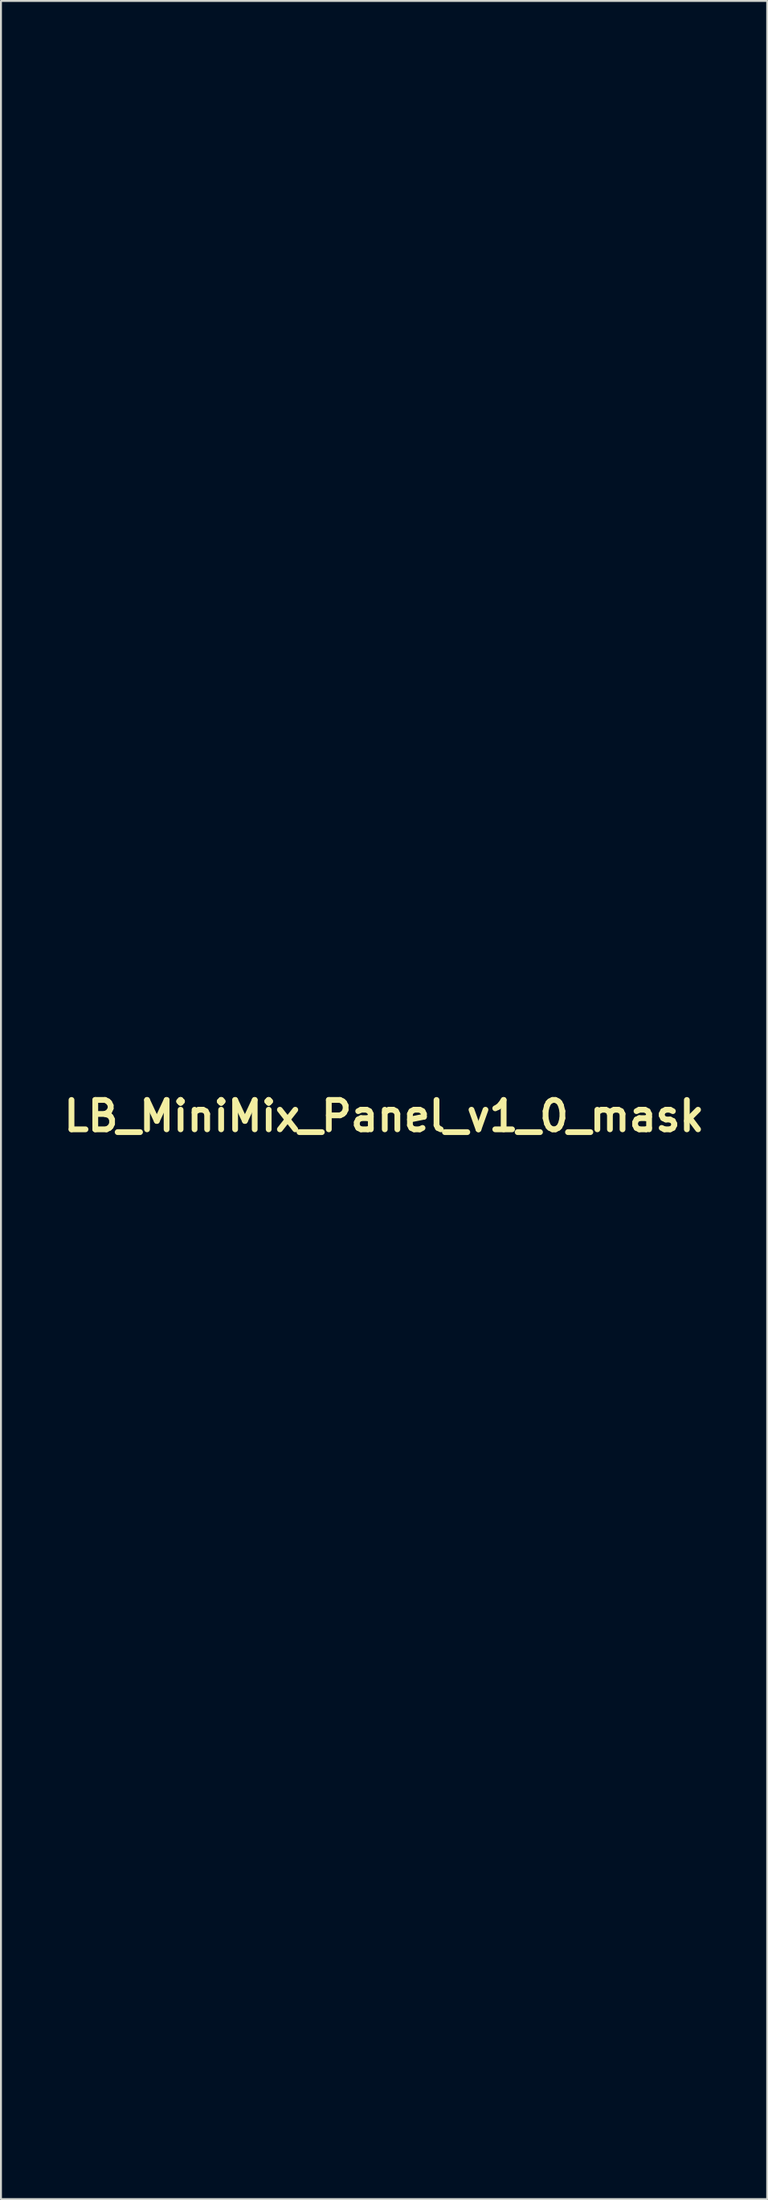
<source format=kicad_pcb>
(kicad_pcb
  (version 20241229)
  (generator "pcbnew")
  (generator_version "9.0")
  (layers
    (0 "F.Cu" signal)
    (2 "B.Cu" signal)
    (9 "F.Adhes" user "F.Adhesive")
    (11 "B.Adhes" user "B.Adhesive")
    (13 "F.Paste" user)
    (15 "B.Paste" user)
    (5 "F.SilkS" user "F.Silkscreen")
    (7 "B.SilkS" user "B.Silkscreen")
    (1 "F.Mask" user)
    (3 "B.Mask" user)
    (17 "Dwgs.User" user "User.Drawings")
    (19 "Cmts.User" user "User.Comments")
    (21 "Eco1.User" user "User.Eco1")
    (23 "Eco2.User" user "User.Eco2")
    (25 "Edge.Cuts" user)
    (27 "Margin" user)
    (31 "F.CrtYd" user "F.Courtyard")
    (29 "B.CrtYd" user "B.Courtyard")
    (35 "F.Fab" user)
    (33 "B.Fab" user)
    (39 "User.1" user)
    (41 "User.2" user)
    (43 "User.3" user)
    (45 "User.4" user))
  (footprint "LB_MiniMix_Panel_v1_0_mask"
    (layer "F.Cu")
    (at 16.88 54.83)
    (property "Reference" "LB_MiniMix_Panel_v1_0_mask" (at 0 0 0) (layer "F.SilkS") (effects (font (size 1.524 1.524) (thickness 0.3))))
    (attr through_hole)
    (fp_poly (pts (xy 0.935 36.379) (xy 0.937 36.424) (xy 0.911 36.521) (xy 0.853 36.683) (xy 0.851 36.689) (xy 0.718 37.043) (xy 0.611 37.323) (xy 0.524 37.538) (xy 0.456 37.694) (xy 0.404 37.798) (xy 0.363 37.857) (xy 0.332 37.88) (xy 0.332 37.88) (xy 0.314 37.866) (xy 0.319 37.808) (xy 0.349 37.699) (xy 0.406 37.532) (xy 0.492 37.298) (xy 0.552 37.139) (xy 0.67 36.841) (xy 0.767 36.613) (xy 0.842 36.459) (xy 0.893 36.381) (xy 0.907 36.372) (xy 0.935 36.379)) (stroke (width 0.01) (type solid)) (fill yes) (layer "F.Mask"))
    (fp_poly (pts (xy -1.112 36.368) (xy -1.09 36.387) (xy -1.075 36.434) (xy -1.065 36.519) (xy -1.061 36.656) (xy -1.059 36.855) (xy -1.058 37.084) (xy -1.059 37.346) (xy -1.061 37.536) (xy -1.067 37.664) (xy -1.077 37.743) (xy -1.093 37.785) (xy -1.116 37.801) (xy -1.143 37.804) (xy -1.174 37.8) (xy -1.196 37.781) (xy -1.211 37.734) (xy -1.221 37.649) (xy -1.225 37.512) (xy -1.227 37.313) (xy -1.228 37.084) (xy -1.227 36.822) (xy -1.225 36.632) (xy -1.219 36.504) (xy -1.209 36.425) (xy -1.193 36.383) (xy -1.17 36.367) (xy -1.143 36.364) (xy -1.112 36.368)) (stroke (width 0.01) (type solid)) (fill yes) (layer "F.Mask"))
    (fp_poly (pts (xy 2.276 36.368) (xy 2.299 36.389) (xy 2.314 36.44) (xy 2.323 36.532) (xy 2.327 36.678) (xy 2.328 36.891) (xy 2.328 36.999) (xy 2.328 37.634) (xy 2.625 37.634) (xy 2.78 37.637) (xy 2.87 37.647) (xy 2.91 37.67) (xy 2.921 37.712) (xy 2.921 37.719) (xy 2.915 37.759) (xy 2.885 37.784) (xy 2.815 37.798) (xy 2.69 37.803) (xy 2.54 37.804) (xy 2.159 37.804) (xy 2.159 37.084) (xy 2.159 36.822) (xy 2.162 36.632) (xy 2.167 36.504) (xy 2.177 36.425) (xy 2.193 36.383) (xy 2.217 36.367) (xy 2.244 36.364) (xy 2.276 36.368)) (stroke (width 0.01) (type solid)) (fill yes) (layer "F.Mask"))
    (fp_poly (pts (xy 3.164 36.368) (xy 3.186 36.387) (xy 3.201 36.434) (xy 3.21 36.519) (xy 3.215 36.656) (xy 3.217 36.855) (xy 3.217 37.084) (xy 3.217 37.346) (xy 3.215 37.536) (xy 3.209 37.664) (xy 3.199 37.743) (xy 3.183 37.785) (xy 3.16 37.801) (xy 3.133 37.804) (xy 3.102 37.8) (xy 3.08 37.781) (xy 3.064 37.734) (xy 3.055 37.649) (xy 3.05 37.512) (xy 3.048 37.313) (xy 3.048 37.084) (xy 3.048 36.822) (xy 3.051 36.632) (xy 3.056 36.504) (xy 3.066 36.425) (xy 3.082 36.383) (xy 3.106 36.367) (xy 3.133 36.364) (xy 3.164 36.368)) (stroke (width 0.01) (type solid)) (fill yes) (layer "F.Mask"))
    (fp_poly (pts (xy 1.941 36.391) (xy 2.018 36.437) (xy 2.032 36.475) (xy 2.009 36.508) (xy 1.93 36.527) (xy 1.783 36.534) (xy 1.753 36.534) (xy 1.597 36.537) (xy 1.496 36.554) (xy 1.419 36.595) (xy 1.337 36.669) (xy 1.335 36.672) (xy 1.206 36.855) (xy 1.158 37.061) (xy 1.191 37.283) (xy 1.209 37.332) (xy 1.294 37.481) (xy 1.416 37.575) (xy 1.59 37.624) (xy 1.776 37.634) (xy 1.928 37.64) (xy 2.009 37.659) (xy 2.032 37.693) (xy 1.994 37.745) (xy 1.893 37.78) (xy 1.751 37.796) (xy 1.588 37.791) (xy 1.426 37.761) (xy 1.412 37.757) (xy 1.3 37.701) (xy 1.182 37.606) (xy 1.15 37.573) (xy 1.034 37.383) (xy 0.986 37.172) (xy 0.999 36.955) (xy 1.07 36.751) (xy 1.194 36.577) (xy 1.365 36.45) (xy 1.473 36.408) (xy 1.649 36.374) (xy 1.812 36.369) (xy 1.941 36.391)) (stroke (width 0.01) (type solid)) (fill yes) (layer "F.Mask"))
    (fp_poly (pts (xy -2.413 23.495) (xy -2.794 23.495) (xy -2.962 23.497) (xy -3.092 23.504) (xy -3.165 23.513) (xy -3.175 23.518) (xy -3.151 23.56) (xy -3.088 23.652) (xy -2.997 23.776) (xy -2.964 23.819) (xy -2.754 24.098) (xy -2.952 24.349) (xy -3.051 24.473) (xy -3.132 24.569) (xy -3.18 24.62) (xy -3.183 24.622) (xy -3.222 24.664) (xy -3.183 24.694) (xy -3.064 24.713) (xy -2.864 24.722) (xy -2.773 24.723) (xy -2.328 24.723) (xy -2.328 25.061) (xy -3.768 25.061) (xy -3.768 24.945) (xy -3.74 24.847) (xy -3.656 24.705) (xy -3.512 24.512) (xy -3.494 24.49) (xy -3.38 24.346) (xy -3.289 24.225) (xy -3.232 24.144) (xy -3.219 24.118) (xy -3.243 24.073) (xy -3.309 23.978) (xy -3.405 23.849) (xy -3.471 23.763) (xy -3.6 23.592) (xy -3.679 23.465) (xy -3.718 23.366) (xy -3.725 23.299) (xy -3.725 23.156) (xy -2.413 23.156) (xy -2.413 23.495)) (stroke (width 0.01) (type solid)) (fill yes) (layer "F.Mask"))
    (fp_poly (pts (xy 3.389 9.882) (xy 3.498 9.902) (xy 3.674 9.949) (xy 3.633 10.111) (xy 3.591 10.274) (xy 3.405 10.231) (xy 3.168 10.216) (xy 2.951 10.28) (xy 2.774 10.413) (xy 2.679 10.567) (xy 2.63 10.765) (xy 2.63 10.978) (xy 2.683 11.179) (xy 2.691 11.197) (xy 2.81 11.354) (xy 2.986 11.458) (xy 3.206 11.501) (xy 3.367 11.495) (xy 3.59 11.467) (xy 3.62 11.601) (xy 3.629 11.705) (xy 3.61 11.773) (xy 3.609 11.775) (xy 3.534 11.807) (xy 3.4 11.827) (xy 3.231 11.835) (xy 3.054 11.831) (xy 2.892 11.814) (xy 2.793 11.791) (xy 2.582 11.685) (xy 2.397 11.523) (xy 2.265 11.329) (xy 2.253 11.303) (xy 2.211 11.139) (xy 2.194 10.93) (xy 2.202 10.713) (xy 2.235 10.522) (xy 2.259 10.45) (xy 2.368 10.271) (xy 2.523 10.105) (xy 2.694 9.984) (xy 2.737 9.964) (xy 2.937 9.906) (xy 3.168 9.878) (xy 3.389 9.882)) (stroke (width 0.01) (type solid)) (fill yes) (layer "F.Mask"))
    (fp_poly (pts (xy 3.474 -28.98) (xy 3.583 -28.96) (xy 3.758 -28.913) (xy 3.717 -28.751) (xy 3.676 -28.588) (xy 3.49 -28.631) (xy 3.252 -28.646) (xy 3.036 -28.582) (xy 2.858 -28.449) (xy 2.763 -28.295) (xy 2.715 -28.097) (xy 2.715 -27.884) (xy 2.767 -27.683) (xy 2.776 -27.665) (xy 2.895 -27.508) (xy 3.071 -27.404) (xy 3.29 -27.361) (xy 3.451 -27.367) (xy 3.675 -27.395) (xy 3.705 -27.261) (xy 3.714 -27.157) (xy 3.695 -27.089) (xy 3.694 -27.087) (xy 3.619 -27.055) (xy 3.484 -27.035) (xy 3.316 -27.027) (xy 3.138 -27.031) (xy 2.976 -27.048) (xy 2.878 -27.071) (xy 2.667 -27.177) (xy 2.482 -27.339) (xy 2.349 -27.533) (xy 2.338 -27.559) (xy 2.295 -27.723) (xy 2.278 -27.932) (xy 2.287 -28.149) (xy 2.319 -28.34) (xy 2.344 -28.412) (xy 2.453 -28.591) (xy 2.608 -28.757) (xy 2.779 -28.878) (xy 2.821 -28.898) (xy 3.022 -28.956) (xy 3.253 -28.984) (xy 3.474 -28.98)) (stroke (width 0.01) (type solid)) (fill yes) (layer "F.Mask"))
    (fp_poly (pts (xy -1.565 36.4) (xy -1.483 36.445) (xy -1.463 36.502) (xy -1.464 36.507) (xy -1.499 36.544) (xy -1.576 36.541) (xy -1.633 36.527) (xy -1.786 36.514) (xy -1.918 36.553) (xy -2.004 36.636) (xy -2.025 36.695) (xy -2.017 36.795) (xy -1.955 36.88) (xy -1.827 36.961) (xy -1.727 37.007) (xy -1.545 37.108) (xy -1.438 37.224) (xy -1.398 37.366) (xy -1.397 37.393) (xy -1.429 37.564) (xy -1.529 37.686) (xy -1.632 37.744) (xy -1.861 37.797) (xy -2.093 37.766) (xy -2.127 37.754) (xy -2.225 37.702) (xy -2.249 37.654) (xy -2.208 37.622) (xy -2.112 37.618) (xy -2.028 37.636) (xy -1.863 37.655) (xy -1.718 37.621) (xy -1.615 37.544) (xy -1.581 37.476) (xy -1.573 37.373) (xy -1.614 37.286) (xy -1.715 37.204) (xy -1.875 37.118) (xy -2.05 37.017) (xy -2.153 36.914) (xy -2.194 36.792) (xy -2.193 36.695) (xy -2.139 36.556) (xy -2.017 36.448) (xy -1.84 36.385) (xy -1.819 36.381) (xy -1.684 36.376) (xy -1.565 36.4)) (stroke (width 0.01) (type solid)) (fill yes) (layer "F.Mask"))
    (fp_poly (pts (xy 3.772 36.364) (xy 3.955 36.386) (xy 4.119 36.443) (xy 4.239 36.525) (xy 4.272 36.57) (xy 4.302 36.667) (xy 4.317 36.799) (xy 4.318 36.829) (xy 4.281 37.004) (xy 4.175 37.135) (xy 4.004 37.219) (xy 3.774 37.253) (xy 3.741 37.253) (xy 3.687 37.259) (xy 3.657 37.288) (xy 3.644 37.36) (xy 3.641 37.494) (xy 3.641 37.529) (xy 3.638 37.677) (xy 3.626 37.76) (xy 3.6 37.796) (xy 3.556 37.804) (xy 3.525 37.8) (xy 3.502 37.78) (xy 3.487 37.733) (xy 3.478 37.645) (xy 3.473 37.506) (xy 3.472 37.303) (xy 3.471 37.11) (xy 3.472 36.842) (xy 3.475 36.648) (xy 3.487 36.515) (xy 3.494 36.491) (xy 3.641 36.491) (xy 3.641 37.126) (xy 3.783 37.126) (xy 3.925 37.098) (xy 4.037 37.039) (xy 4.119 36.93) (xy 4.152 36.793) (xy 4.131 36.663) (xy 4.116 36.635) (xy 4.023 36.557) (xy 3.882 36.504) (xy 3.77 36.491) (xy 3.641 36.491) (xy 3.494 36.491) (xy 3.512 36.432) (xy 3.555 36.386) (xy 3.62 36.368) (xy 3.712 36.364) (xy 3.772 36.364)) (stroke (width 0.01) (type solid)) (fill yes) (layer "F.Mask"))
    (fp_poly (pts (xy 3.232 -16.099) (xy 3.267 -15.987) (xy 3.321 -15.813) (xy 3.387 -15.599) (xy 3.46 -15.365) (xy 3.492 -15.261) (xy 3.562 -15.033) (xy 3.626 -14.826) (xy 3.679 -14.656) (xy 3.715 -14.541) (xy 3.725 -14.51) (xy 3.763 -14.393) (xy 3.306 -14.393) (xy 3.235 -14.649) (xy 3.163 -14.905) (xy 2.603 -14.88) (xy 2.542 -14.637) (xy 2.48 -14.393) (xy 2.039 -14.393) (xy 2.14 -14.721) (xy 2.19 -14.885) (xy 2.257 -15.104) (xy 2.301 -15.251) (xy 2.681 -15.251) (xy 2.694 -15.218) (xy 2.775 -15.201) (xy 2.88 -15.198) (xy 3.009 -15.201) (xy 3.07 -15.217) (xy 3.084 -15.252) (xy 3.079 -15.272) (xy 3.058 -15.349) (xy 3.022 -15.479) (xy 2.981 -15.632) (xy 2.939 -15.773) (xy 2.903 -15.875) (xy 2.879 -15.917) (xy 2.878 -15.917) (xy 2.856 -15.879) (xy 2.822 -15.779) (xy 2.783 -15.637) (xy 2.777 -15.61) (xy 2.737 -15.454) (xy 2.703 -15.327) (xy 2.682 -15.254) (xy 2.681 -15.251) (xy 2.301 -15.251) (xy 2.332 -15.352) (xy 2.409 -15.604) (xy 2.427 -15.663) (xy 2.613 -16.277) (xy 2.89 -16.29) (xy 3.167 -16.302) (xy 3.232 -16.099)) (stroke (width 0.01) (type solid)) (fill yes) (layer "F.Mask"))
    (fp_poly (pts (xy 3.443 -54.622) (xy 3.479 -54.51) (xy 3.533 -54.336) (xy 3.599 -54.122) (xy 3.672 -53.888) (xy 3.704 -53.785) (xy 3.774 -53.557) (xy 3.838 -53.349) (xy 3.891 -53.18) (xy 3.927 -53.065) (xy 3.937 -53.033) (xy 3.975 -52.917) (xy 3.518 -52.917) (xy 3.446 -53.172) (xy 3.375 -53.428) (xy 3.095 -53.416) (xy 2.815 -53.404) (xy 2.692 -52.917) (xy 2.251 -52.917) (xy 2.351 -53.245) (xy 2.401 -53.408) (xy 2.468 -53.627) (xy 2.513 -53.774) (xy 2.892 -53.774) (xy 2.906 -53.741) (xy 2.987 -53.724) (xy 3.092 -53.721) (xy 3.22 -53.725) (xy 3.282 -53.741) (xy 3.295 -53.775) (xy 3.291 -53.795) (xy 3.27 -53.872) (xy 3.234 -54.003) (xy 3.193 -54.155) (xy 3.151 -54.296) (xy 3.114 -54.398) (xy 3.09 -54.44) (xy 3.089 -54.441) (xy 3.068 -54.403) (xy 3.034 -54.303) (xy 2.995 -54.16) (xy 2.988 -54.134) (xy 2.949 -53.977) (xy 2.915 -53.85) (xy 2.894 -53.778) (xy 2.892 -53.774) (xy 2.513 -53.774) (xy 2.544 -53.876) (xy 2.62 -54.127) (xy 2.638 -54.187) (xy 2.825 -54.8) (xy 3.102 -54.813) (xy 3.379 -54.825) (xy 3.443 -54.622)) (stroke (width 0.01) (type solid)) (fill yes) (layer "F.Mask"))
    (fp_poly (pts (xy 0.002 36.386) (xy 0.118 36.416) (xy 0.161 36.459) (xy 0.161 36.482) (xy 0.138 36.518) (xy 0.075 36.537) (xy -0.046 36.541) (xy -0.131 36.538) (xy -0.29 36.537) (xy -0.395 36.551) (xy -0.476 36.589) (xy -0.543 36.64) (xy -0.667 36.795) (xy -0.736 36.993) (xy -0.742 37.206) (xy -0.738 37.235) (xy -0.665 37.41) (xy -0.531 37.549) (xy -0.358 37.639) (xy -0.165 37.667) (xy -0.066 37.652) (xy -0.001 37.627) (xy 0.031 37.578) (xy 0.042 37.479) (xy 0.042 37.418) (xy 0.042 37.211) (xy -0.106 37.211) (xy -0.215 37.197) (xy -0.254 37.153) (xy -0.254 37.148) (xy -0.233 37.109) (xy -0.16 37.089) (xy -0.021 37.084) (xy 0.212 37.084) (xy 0.212 37.399) (xy 0.207 37.554) (xy 0.194 37.674) (xy 0.176 37.735) (xy 0.173 37.738) (xy 0.092 37.761) (xy -0.044 37.777) (xy -0.203 37.783) (xy -0.357 37.779) (xy -0.475 37.765) (xy -0.493 37.76) (xy -0.648 37.674) (xy -0.785 37.53) (xy -0.882 37.355) (xy -0.91 37.253) (xy -0.915 37.002) (xy -0.847 36.78) (xy -0.718 36.598) (xy -0.536 36.463) (xy -0.313 36.386) (xy -0.058 36.378) (xy 0.002 36.386)) (stroke (width 0.01) (type solid)) (fill yes) (layer "F.Mask"))
    (fp_poly (pts (xy -3.006 -42.108) (xy -2.762 -42.048) (xy -2.575 -41.946) (xy -2.533 -41.909) (xy -2.441 -41.764) (xy -2.42 -41.603) (xy -2.468 -41.449) (xy -2.581 -41.324) (xy -2.626 -41.295) (xy -2.725 -41.243) (xy -2.599 -41.178) (xy -2.46 -41.063) (xy -2.377 -40.903) (xy -2.355 -40.724) (xy -2.399 -40.548) (xy -2.439 -40.482) (xy -2.564 -40.355) (xy -2.731 -40.267) (xy -2.954 -40.214) (xy -3.234 -40.192) (xy -3.414 -40.188) (xy -3.567 -40.19) (xy -3.67 -40.197) (xy -3.694 -40.201) (xy -3.718 -40.214) (xy -3.736 -40.245) (xy -3.75 -40.304) (xy -3.759 -40.402) (xy -3.764 -40.549) (xy -3.767 -40.757) (xy -3.768 -41.034) (xy -3.768 -41.063) (xy -3.344 -41.063) (xy -3.344 -40.459) (xy -3.146 -40.486) (xy -3.01 -40.517) (xy -2.899 -40.564) (xy -2.871 -40.583) (xy -2.799 -40.693) (xy -2.798 -40.812) (xy -2.857 -40.923) (xy -2.966 -41.011) (xy -3.114 -41.059) (xy -3.181 -41.063) (xy -3.344 -41.063) (xy -3.768 -41.063) (xy -3.768 -41.146) (xy -3.768 -41.36) (xy -3.349 -41.36) (xy -3.187 -41.36) (xy -3.053 -41.377) (xy -2.94 -41.419) (xy -2.93 -41.426) (xy -2.855 -41.52) (xy -2.841 -41.633) (xy -2.892 -41.733) (xy -2.902 -41.743) (xy -2.985 -41.778) (xy -3.109 -41.799) (xy -3.146 -41.801) (xy -3.323 -41.804) (xy -3.349 -41.36) (xy -3.768 -41.36) (xy -3.768 -42.068) (xy -3.609 -42.094) (xy -3.293 -42.124) (xy -3.006 -42.108)) (stroke (width 0.01) (type solid)) (fill yes) (layer "F.Mask"))
    (fp_poly (pts (xy -2.964 -3.204) (xy -2.719 -3.143) (xy -2.532 -3.042) (xy -2.49 -3.005) (xy -2.398 -2.86) (xy -2.378 -2.699) (xy -2.426 -2.545) (xy -2.538 -2.419) (xy -2.584 -2.391) (xy -2.682 -2.338) (xy -2.557 -2.273) (xy -2.418 -2.158) (xy -2.335 -1.999) (xy -2.312 -1.819) (xy -2.357 -1.644) (xy -2.397 -1.577) (xy -2.522 -1.451) (xy -2.689 -1.363) (xy -2.912 -1.31) (xy -3.191 -1.287) (xy -3.371 -1.284) (xy -3.525 -1.286) (xy -3.628 -1.292) (xy -3.651 -1.297) (xy -3.676 -1.31) (xy -3.694 -1.341) (xy -3.707 -1.4) (xy -3.716 -1.498) (xy -3.722 -1.645) (xy -3.724 -1.852) (xy -3.725 -2.13) (xy -3.725 -2.159) (xy -3.302 -2.159) (xy -3.302 -1.555) (xy -3.104 -1.582) (xy -2.967 -1.613) (xy -2.857 -1.659) (xy -2.829 -1.679) (xy -2.757 -1.789) (xy -2.756 -1.907) (xy -2.815 -2.018) (xy -2.923 -2.106) (xy -3.072 -2.154) (xy -3.138 -2.159) (xy -3.302 -2.159) (xy -3.725 -2.159) (xy -3.725 -2.241) (xy -3.725 -2.455) (xy -3.306 -2.455) (xy -3.144 -2.455) (xy -3.011 -2.473) (xy -2.898 -2.515) (xy -2.888 -2.521) (xy -2.813 -2.615) (xy -2.799 -2.729) (xy -2.849 -2.829) (xy -2.86 -2.838) (xy -2.943 -2.874) (xy -3.067 -2.895) (xy -3.103 -2.896) (xy -3.281 -2.9) (xy -3.294 -2.678) (xy -3.306 -2.455) (xy -3.725 -2.455) (xy -3.725 -3.164) (xy -3.567 -3.19) (xy -3.251 -3.22) (xy -2.964 -3.204)) (stroke (width 0.01) (type solid)) (fill yes) (layer "F.Mask"))
    (fp_poly (pts (xy -1.38 40.139) (xy -1.006 40.142) (xy -0.712 40.148) (xy -0.5 40.157) (xy -0.37 40.168) (xy -0.341 40.174) (xy -0.129 40.27) (xy 0.031 40.424) (xy 0.128 40.623) (xy 0.145 40.703) (xy 0.247 41.163) (xy 0.417 41.576) (xy 0.661 41.952) (xy 0.889 42.21) (xy 1.17 42.467) (xy 1.452 42.663) (xy 1.762 42.817) (xy 1.947 42.887) (xy 2.04 42.918) (xy 2.13 42.941) (xy 2.229 42.958) (xy 2.352 42.97) (xy 2.51 42.978) (xy 2.718 42.983) (xy 2.987 42.985) (xy 3.241 42.986) (xy 4.26 42.989) (xy 4.432 43.103) (xy 4.562 43.21) (xy 4.678 43.34) (xy 4.704 43.378) (xy 4.805 43.54) (xy 4.805 52.605) (xy 4.691 52.777) (xy 4.584 52.907) (xy 4.454 53.023) (xy 4.416 53.049) (xy 4.255 53.15) (xy 0.064 53.16) (xy -0.626 53.161) (xy -1.236 53.162) (xy -1.772 53.163) (xy -2.238 53.163) (xy -2.641 53.163) (xy -2.984 53.162) (xy -3.273 53.16) (xy -3.513 53.158) (xy -3.709 53.154) (xy -3.867 53.15) (xy -3.991 53.144) (xy -4.086 53.137) (xy -4.159 53.129) (xy -4.213 53.12) (xy -4.254 53.109) (xy -4.287 53.097) (xy -4.299 53.092) (xy -4.502 52.957) (xy -4.66 52.769) (xy -4.742 52.587) (xy -4.749 52.528) (xy -4.756 52.404) (xy -4.761 52.213) (xy -4.766 51.953) (xy -4.77 51.622) (xy -4.773 51.219) (xy -4.775 50.742) (xy -4.777 50.19) (xy -4.778 49.56) (xy -4.778 48.852) (xy -4.778 48.133) (xy -3.448 48.133) (xy -3.436 48.511) (xy -3.398 48.835) (xy -3.325 49.135) (xy -3.211 49.44) (xy -3.059 49.76) (xy -2.961 49.94) (xy -2.861 50.094) (xy -2.742 50.245) (xy -2.589 50.414) (xy -2.436 50.569) (xy -2.24 50.761) (xy -2.077 50.905) (xy -1.927 51.018) (xy -1.769 51.115) (xy -1.63 51.19) (xy -1.258 51.364) (xy -0.917 51.483) (xy -0.578 51.555) (xy -0.212 51.585) (xy 0.127 51.584) (xy 0.55 51.551) (xy 0.896 51.486) (xy 0.93 51.477) (xy 1.114 51.415) (xy 1.335 51.327) (xy 1.553 51.228) (xy 1.628 51.191) (xy 1.808 51.093) (xy 1.962 50.993) (xy 2.114 50.874) (xy 2.283 50.72) (xy 2.436 50.569) (xy 2.628 50.373) (xy 2.772 50.21) (xy 2.885 50.06) (xy 2.983 49.901) (xy 3.059 49.76) (xy 3.218 49.424) (xy 3.33 49.12) (xy 3.401 48.82) (xy 3.438 48.493) (xy 3.448 48.133) (xy 3.436 47.755) (xy 3.398 47.431) (xy 3.325 47.131) (xy 3.211 46.826) (xy 3.059 46.506) (xy 2.961 46.326) (xy 2.861 46.172) (xy 2.742 46.021) (xy 2.589 45.852) (xy 2.436 45.697) (xy 2.24 45.505) (xy 2.077 45.361) (xy 1.927 45.248) (xy 1.768 45.15) (xy 1.627 45.074) (xy 1.291 44.915) (xy 0.987 44.803) (xy 0.687 44.732) (xy 0.36 44.695) (xy 0 44.685) (xy -0.378 44.697) (xy -0.702 44.735) (xy -1.002 44.808) (xy -1.307 44.922) (xy -1.627 45.074) (xy -1.807 45.172) (xy -1.961 45.272) (xy -2.112 45.391) (xy -2.281 45.544) (xy -2.436 45.697) (xy -2.628 45.893) (xy -2.772 46.056) (xy -2.885 46.206) (xy -2.983 46.365) (xy -3.059 46.506) (xy -3.218 46.842) (xy -3.33 47.146) (xy -3.401 47.446) (xy -3.438 47.773) (xy -3.448 48.133) (xy -4.778 48.133) (xy -4.778 48.063) (xy -4.776 47.193) (xy -4.775 46.567) (xy -4.768 43.157) (xy -2.963 43.157) (xy -2.963 43.307) (xy -1.439 43.307) (xy -1.439 42.887) (xy -1.863 42.875) (xy -2.287 42.862) (xy -2.075 42.6) (xy -1.975 42.473) (xy -1.901 42.371) (xy -1.864 42.31) (xy -1.863 42.304) (xy -1.887 42.256) (xy -1.952 42.162) (xy -2.043 42.041) (xy -2.053 42.027) (xy -2.146 41.906) (xy -2.214 41.813) (xy -2.243 41.764) (xy -2.244 41.763) (xy -2.205 41.753) (xy -2.1 41.745) (xy -1.95 41.741) (xy -1.884 41.741) (xy -1.524 41.741) (xy -1.524 41.317) (xy -2.921 41.317) (xy -2.921 41.492) (xy -2.912 41.593) (xy -2.878 41.691) (xy -2.807 41.807) (xy -2.703 41.947) (xy -2.598 42.082) (xy -2.511 42.194) (xy -2.456 42.265) (xy -2.448 42.275) (xy -2.456 42.332) (xy -2.522 42.444) (xy -2.642 42.607) (xy -2.687 42.665) (xy -2.819 42.833) (xy -2.903 42.957) (xy -2.947 43.053) (xy -2.963 43.138) (xy -2.963 43.157) (xy -4.768 43.157) (xy -4.763 40.703) (xy -4.662 40.542) (xy -4.561 40.415) (xy -4.43 40.295) (xy -4.39 40.267) (xy -4.218 40.153) (xy -2.363 40.141) (xy -1.833 40.139) (xy -1.38 40.139)) (stroke (width 0.01) (type solid)) (fill yes) (layer "F.Mask"))
    (fp_poly (pts (xy 0.352 -17.022) (xy 0.892 -17.021) (xy 1.42 -17.02) (xy 1.931 -17.018) (xy 2.417 -17.015) (xy 2.871 -17.011) (xy 3.287 -17.007) (xy 3.658 -17.002) (xy 3.977 -16.996) (xy 4.237 -16.989) (xy 4.432 -16.982) (xy 4.554 -16.974) (xy 4.594 -16.967) (xy 4.696 -16.892) (xy 4.766 -16.8) (xy 4.77 -16.784) (xy 4.774 -16.75) (xy 4.778 -16.696) (xy 4.781 -16.621) (xy 4.785 -16.523) (xy 4.788 -16.4) (xy 4.791 -16.249) (xy 4.794 -16.07) (xy 4.797 -15.86) (xy 4.799 -15.617) (xy 4.802 -15.34) (xy 4.804 -15.026) (xy 4.806 -14.673) (xy 4.808 -14.281) (xy 4.81 -13.846) (xy 4.812 -13.367) (xy 4.813 -12.843) (xy 4.815 -12.27) (xy 4.816 -11.648) (xy 4.818 -10.975) (xy 4.819 -10.247) (xy 4.82 -9.465) (xy 4.821 -8.625) (xy 4.822 -7.726) (xy 4.822 -6.766) (xy 4.823 -5.744) (xy 4.824 -4.656) (xy 4.824 -3.502) (xy 4.825 -2.279) (xy 4.825 -0.986) (xy 4.825 0.38) (xy 4.826 1.82) (xy 4.826 3.336) (xy 4.826 4.93) (xy 4.826 6.603) (xy 4.826 8.359) (xy 4.826 9.33) (xy 4.826 11.193) (xy 4.826 12.972) (xy 4.826 14.67) (xy 4.825 16.287) (xy 4.825 17.826) (xy 4.825 19.289) (xy 4.824 20.676) (xy 4.824 21.989) (xy 4.823 23.231) (xy 4.822 24.401) (xy 4.821 25.503) (xy 4.82 26.537) (xy 4.819 27.505) (xy 4.818 28.409) (xy 4.817 29.25) (xy 4.815 30.03) (xy 4.814 30.75) (xy 4.812 31.412) (xy 4.81 32.018) (xy 4.808 32.568) (xy 4.806 33.065) (xy 4.804 33.511) (xy 4.802 33.906) (xy 4.799 34.252) (xy 4.796 34.551) (xy 4.794 34.805) (xy 4.791 35.014) (xy 4.788 35.181) (xy 4.785 35.307) (xy 4.781 35.394) (xy 4.778 35.443) (xy 4.775 35.455) (xy 4.76 35.492) (xy 4.745 35.524) (xy 4.726 35.552) (xy 4.698 35.577) (xy 4.657 35.599) (xy 4.597 35.618) (xy 4.514 35.633) (xy 4.404 35.647) (xy 4.261 35.657) (xy 4.08 35.666) (xy 3.858 35.673) (xy 3.588 35.678) (xy 3.268 35.681) (xy 2.89 35.684) (xy 2.452 35.685) (xy 1.948 35.686) (xy 1.373 35.686) (xy 0.724 35.686) (xy 0.013 35.685) (xy -0.724 35.685) (xy -1.38 35.684) (xy -1.96 35.683) (xy -2.468 35.682) (xy -2.909 35.679) (xy -3.287 35.677) (xy -3.607 35.673) (xy -3.872 35.669) (xy -4.087 35.665) (xy -4.257 35.659) (xy -4.386 35.653) (xy -4.477 35.646) (xy -4.536 35.637) (xy -4.567 35.628) (xy -4.567 35.628) (xy -4.668 35.546) (xy -4.725 35.471) (xy -4.729 35.421) (xy -4.733 35.289) (xy -4.737 35.079) (xy -4.741 34.792) (xy -4.744 34.432) (xy -4.748 34.001) (xy -4.751 33.502) (xy -4.755 32.937) (xy -4.758 32.311) (xy -4.761 31.625) (xy -4.763 30.883) (xy -4.766 30.086) (xy -4.769 29.238) (xy -4.771 28.342) (xy -4.773 27.401) (xy -4.775 26.417) (xy -4.777 25.392) (xy -4.779 24.331) (xy -4.781 23.235) (xy -4.782 22.108) (xy -4.783 21.668) (xy -4.48 21.668) (xy -4.48 22.877) (xy -4.48 24.045) (xy -4.479 25.169) (xy -4.479 26.246) (xy -4.479 27.275) (xy -4.478 28.254) (xy -4.478 29.179) (xy -4.478 30.049) (xy -4.477 30.861) (xy -4.476 31.614) (xy -4.476 32.304) (xy -4.475 32.929) (xy -4.474 33.488) (xy -4.473 33.978) (xy -4.473 34.396) (xy -4.472 34.741) (xy -4.471 35.01) (xy -4.47 35.2) (xy -4.469 35.31) (xy -4.468 35.338) (xy -4.449 35.347) (xy -4.397 35.354) (xy -4.308 35.361) (xy -4.178 35.367) (xy -4.002 35.372) (xy -3.777 35.376) (xy -3.498 35.379) (xy -3.162 35.381) (xy -2.764 35.382) (xy -2.301 35.383) (xy -1.768 35.383) (xy -1.161 35.383) (xy -0.476 35.381) (xy 0.03 35.38) (xy 4.508 35.37) (xy 4.508 -16.701) (xy -4.466 -16.701) (xy -4.477 9.292) (xy -4.478 10.772) (xy -4.478 12.232) (xy -4.479 13.668) (xy -4.479 15.078) (xy -4.479 16.461) (xy -4.479 17.814) (xy -4.48 19.134) (xy -4.48 20.42) (xy -4.48 21.668) (xy -4.783 21.668) (xy -4.784 20.952) (xy -4.785 19.77) (xy -4.786 18.565) (xy -4.787 17.339) (xy -4.788 16.096) (xy -4.788 14.838) (xy -4.789 13.568) (xy -4.789 12.289) (xy -4.789 11.003) (xy -4.789 9.714) (xy -4.789 8.424) (xy -4.789 7.136) (xy -4.789 5.852) (xy -4.788 4.577) (xy -4.788 3.311) (xy -4.787 2.059) (xy -4.786 0.823) (xy -4.785 -0.395) (xy -4.784 -1.591) (xy -4.782 -2.762) (xy -4.781 -3.907) (xy -4.779 -5.021) (xy -4.778 -6.103) (xy -4.776 -7.15) (xy -4.774 -8.158) (xy -4.771 -9.125) (xy -4.769 -10.048) (xy -4.767 -10.924) (xy -4.764 -11.751) (xy -4.761 -12.526) (xy -4.758 -13.245) (xy -4.755 -13.907) (xy -4.752 -14.508) (xy -4.749 -15.045) (xy -4.745 -15.517) (xy -4.742 -15.919) (xy -4.738 -16.249) (xy -4.734 -16.505) (xy -4.73 -16.683) (xy -4.726 -16.781) (xy -4.723 -16.8) (xy -4.642 -16.903) (xy -4.552 -16.967) (xy -4.491 -16.976) (xy -4.353 -16.984) (xy -4.144 -16.991) (xy -3.87 -16.997) (xy -3.539 -17.003) (xy -3.158 -17.008) (xy -2.733 -17.012) (xy -2.271 -17.015) (xy -1.779 -17.018) (xy -1.264 -17.02) (xy -0.732 -17.021) (xy -0.191 -17.022) (xy 0.352 -17.022)) (stroke (width 0.01) (type solid)) (fill yes) (layer "F.Mask")))
  (gr_rect
    (start -3 -3)
    (end 36.76 110.999)
    (stroke (width 0.1) (type default))
    (fill no)
    (layer "Edge.Cuts")))
</source>
